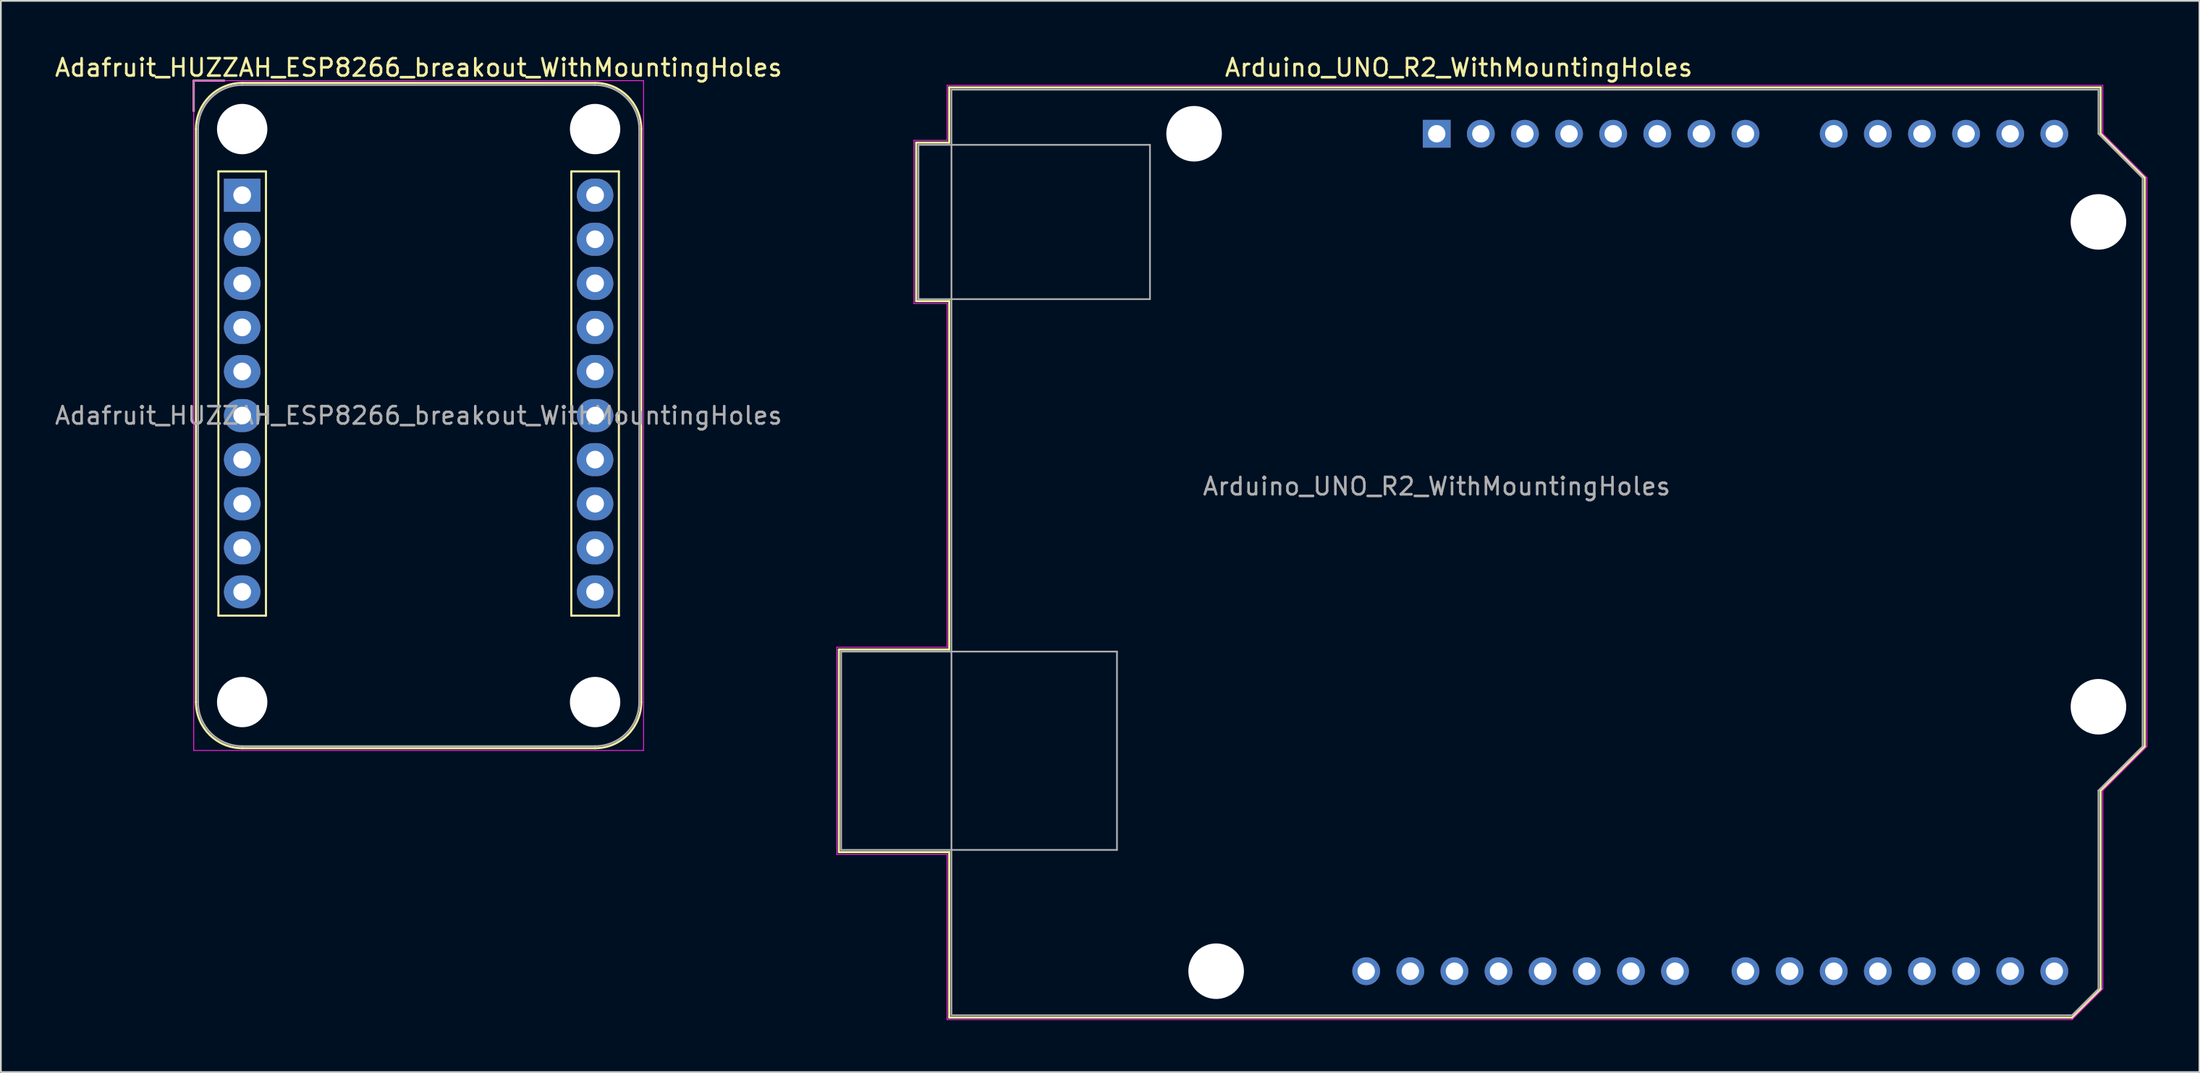
<source format=kicad_pcb>
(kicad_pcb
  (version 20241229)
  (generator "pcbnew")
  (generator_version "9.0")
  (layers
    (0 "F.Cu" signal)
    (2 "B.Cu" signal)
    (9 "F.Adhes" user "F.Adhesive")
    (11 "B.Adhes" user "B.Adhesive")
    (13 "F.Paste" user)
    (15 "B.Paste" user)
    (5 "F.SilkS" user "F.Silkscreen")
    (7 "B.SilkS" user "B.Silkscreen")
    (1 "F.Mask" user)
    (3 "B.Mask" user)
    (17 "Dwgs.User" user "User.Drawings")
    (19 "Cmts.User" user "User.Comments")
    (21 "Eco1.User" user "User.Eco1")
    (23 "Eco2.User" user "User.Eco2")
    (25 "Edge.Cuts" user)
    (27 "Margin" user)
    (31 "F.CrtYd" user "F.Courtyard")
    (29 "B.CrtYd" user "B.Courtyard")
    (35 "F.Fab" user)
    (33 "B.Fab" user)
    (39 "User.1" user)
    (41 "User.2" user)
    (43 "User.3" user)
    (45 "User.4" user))
  (footprint "Arduino_UNO_R2_WithMountingHoles"
    (layer "F.Cu")
    (at 79.672 4.658)
    (property "Reference" "Arduino_UNO_R2_WithMountingHoles" (at 1.27 -3.81 180) (layer "F.SilkS") (effects (font (size 1 1) (thickness 0.15))))
    (attr through_hole)
    (fp_line (start -34.42 29.72) (end -34.42 41.4) (stroke (width 0.12) (type solid)) (layer "F.SilkS"))
    (fp_line (start -34.42 41.4) (end -28.07 41.4) (stroke (width 0.12) (type solid)) (layer "F.SilkS"))
    (fp_line (start -29.97 0.51) (end -29.97 9.65) (stroke (width 0.12) (type solid)) (layer "F.SilkS"))
    (fp_line (start -29.97 9.65) (end -28.07 9.65) (stroke (width 0.12) (type solid)) (layer "F.SilkS"))
    (fp_line (start -28.07 -2.67) (end -28.07 0.51) (stroke (width 0.12) (type solid)) (layer "F.SilkS"))
    (fp_line (start -28.07 0.51) (end -29.97 0.51) (stroke (width 0.12) (type solid)) (layer "F.SilkS"))
    (fp_line (start -28.07 9.65) (end -28.07 29.72) (stroke (width 0.12) (type solid)) (layer "F.SilkS"))
    (fp_line (start -28.07 29.72) (end -34.42 29.72) (stroke (width 0.12) (type solid)) (layer "F.SilkS"))
    (fp_line (start -28.07 41.4) (end -28.07 50.93) (stroke (width 0.12) (type solid)) (layer "F.SilkS"))
    (fp_line (start -28.07 50.93) (end 36.58 50.93) (stroke (width 0.12) (type solid)) (layer "F.SilkS"))
    (fp_line (start 36.58 50.93) (end 38.23 49.28) (stroke (width 0.12) (type solid)) (layer "F.SilkS"))
    (fp_line (start 38.23 -2.67) (end -28.07 -2.67) (stroke (width 0.12) (type solid)) (layer "F.SilkS"))
    (fp_line (start 38.23 0) (end 38.23 -2.67) (stroke (width 0.12) (type solid)) (layer "F.SilkS"))
    (fp_line (start 38.23 37.85) (end 40.77 35.31) (stroke (width 0.12) (type solid)) (layer "F.SilkS"))
    (fp_line (start 38.23 49.28) (end 38.23 37.85) (stroke (width 0.12) (type solid)) (layer "F.SilkS"))
    (fp_line (start 40.77 2.54) (end 38.23 0) (stroke (width 0.12) (type solid)) (layer "F.SilkS"))
    (fp_line (start 40.77 35.31) (end 40.77 2.54) (stroke (width 0.12) (type solid)) (layer "F.SilkS"))
    (fp_line (start -34.54 29.59) (end -28.19 29.59) (stroke (width 0.05) (type solid)) (layer "F.CrtYd"))
    (fp_line (start -34.54 41.53) (end -34.54 29.59) (stroke (width 0.05) (type solid)) (layer "F.CrtYd"))
    (fp_line (start -30.1 0.38) (end -28.19 0.38) (stroke (width 0.05) (type solid)) (layer "F.CrtYd"))
    (fp_line (start -30.1 9.78) (end -30.1 0.38) (stroke (width 0.05) (type solid)) (layer "F.CrtYd"))
    (fp_line (start -28.19 -2.79) (end 38.35 -2.79) (stroke (width 0.05) (type solid)) (layer "F.CrtYd"))
    (fp_line (start -28.19 0.38) (end -28.19 -2.79) (stroke (width 0.05) (type solid)) (layer "F.CrtYd"))
    (fp_line (start -28.19 9.78) (end -30.1 9.78) (stroke (width 0.05) (type solid)) (layer "F.CrtYd"))
    (fp_line (start -28.19 29.59) (end -28.19 9.78) (stroke (width 0.05) (type solid)) (layer "F.CrtYd"))
    (fp_line (start -28.19 41.53) (end -34.54 41.53) (stroke (width 0.05) (type solid)) (layer "F.CrtYd"))
    (fp_line (start -28.19 51.05) (end -28.19 41.53) (stroke (width 0.05) (type solid)) (layer "F.CrtYd"))
    (fp_line (start 36.58 51.05) (end -28.19 51.05) (stroke (width 0.05) (type solid)) (layer "F.CrtYd"))
    (fp_line (start 38.35 -2.79) (end 38.35 0) (stroke (width 0.05) (type solid)) (layer "F.CrtYd"))
    (fp_line (start 38.35 0) (end 40.89 2.54) (stroke (width 0.05) (type solid)) (layer "F.CrtYd"))
    (fp_line (start 38.35 37.85) (end 38.35 49.28) (stroke (width 0.05) (type solid)) (layer "F.CrtYd"))
    (fp_line (start 38.35 49.28) (end 36.58 51.05) (stroke (width 0.05) (type solid)) (layer "F.CrtYd"))
    (fp_line (start 40.89 2.54) (end 40.89 35.31) (stroke (width 0.05) (type solid)) (layer "F.CrtYd"))
    (fp_line (start 40.89 35.31) (end 38.35 37.85) (stroke (width 0.05) (type solid)) (layer "F.CrtYd"))
    (fp_line (start -34.29 29.84) (end -18.41 29.84) (stroke (width 0.1) (type solid)) (layer "F.Fab"))
    (fp_line (start -34.29 41.27) (end -34.29 29.84) (stroke (width 0.1) (type solid)) (layer "F.Fab"))
    (fp_line (start -29.84 0.64) (end -16.51 0.64) (stroke (width 0.1) (type solid)) (layer "F.Fab"))
    (fp_line (start -29.84 9.53) (end -29.84 0.64) (stroke (width 0.1) (type solid)) (layer "F.Fab"))
    (fp_line (start -27.94 -2.54) (end 38.1 -2.54) (stroke (width 0.1) (type solid)) (layer "F.Fab"))
    (fp_line (start -27.94 50.8) (end -27.94 -2.54) (stroke (width 0.1) (type solid)) (layer "F.Fab"))
    (fp_line (start -18.41 29.84) (end -18.41 41.27) (stroke (width 0.1) (type solid)) (layer "F.Fab"))
    (fp_line (start -18.41 41.27) (end -34.29 41.27) (stroke (width 0.1) (type solid)) (layer "F.Fab"))
    (fp_line (start -16.51 0.64) (end -16.51 9.53) (stroke (width 0.1) (type solid)) (layer "F.Fab"))
    (fp_line (start -16.51 9.53) (end -29.84 9.53) (stroke (width 0.1) (type solid)) (layer "F.Fab"))
    (fp_line (start 36.58 50.8) (end -27.94 50.8) (stroke (width 0.1) (type solid)) (layer "F.Fab"))
    (fp_line (start 38.1 -2.54) (end 38.1 0) (stroke (width 0.1) (type solid)) (layer "F.Fab"))
    (fp_line (start 38.1 0) (end 40.64 2.54) (stroke (width 0.1) (type solid)) (layer "F.Fab"))
    (fp_line (start 38.1 37.85) (end 38.1 49.28) (stroke (width 0.1) (type solid)) (layer "F.Fab"))
    (fp_line (start 38.1 49.28) (end 36.58 50.8) (stroke (width 0.1) (type solid)) (layer "F.Fab"))
    (fp_line (start 40.64 2.54) (end 40.64 35.31) (stroke (width 0.1) (type solid)) (layer "F.Fab"))
    (fp_line (start 40.64 35.31) (end 38.1 37.85) (stroke (width 0.1) (type solid)) (layer "F.Fab"))
    (fp_text user "${REFERENCE}" (at 0 20.32 180) (layer "F.Fab") (effects (font (size 1 1) (thickness 0.15))))
    (pad "" np_thru_hole circle (at -13.97 0 90) (size 3.2 3.2) (drill 3.2) (layers "*.Cu" "*.Mask"))
    (pad "" np_thru_hole circle (at -12.7 48.26 90) (size 3.2 3.2) (drill 3.2) (layers "*.Cu" "*.Mask"))
    (pad "" np_thru_hole circle (at 38.1 5.08 90) (size 3.2 3.2) (drill 3.2) (layers "*.Cu" "*.Mask"))
    (pad "" np_thru_hole circle (at 38.1 33.02 90) (size 3.2 3.2) (drill 3.2) (layers "*.Cu" "*.Mask"))
    (pad "1" thru_hole rect (at 0 0 90) (size 1.6 1.6) (drill 1) (layers "*.Cu" "*.Mask"))
    (pad "2" thru_hole oval (at 2.54 0 90) (size 1.6 1.6) (drill 1) (layers "*.Cu" "*.Mask"))
    (pad "3" thru_hole oval (at 5.08 0 90) (size 1.6 1.6) (drill 1) (layers "*.Cu" "*.Mask"))
    (pad "4" thru_hole oval (at 7.62 0 90) (size 1.6 1.6) (drill 1) (layers "*.Cu" "*.Mask"))
    (pad "5" thru_hole oval (at 10.16 0 90) (size 1.6 1.6) (drill 1) (layers "*.Cu" "*.Mask"))
    (pad "6" thru_hole oval (at 12.7 0 90) (size 1.6 1.6) (drill 1) (layers "*.Cu" "*.Mask"))
    (pad "7" thru_hole oval (at 15.24 0 90) (size 1.6 1.6) (drill 1) (layers "*.Cu" "*.Mask"))
    (pad "8" thru_hole oval (at 17.78 0 90) (size 1.6 1.6) (drill 1) (layers "*.Cu" "*.Mask"))
    (pad "9" thru_hole oval (at 22.86 0 90) (size 1.6 1.6) (drill 1) (layers "*.Cu" "*.Mask"))
    (pad "10" thru_hole oval (at 25.4 0 90) (size 1.6 1.6) (drill 1) (layers "*.Cu" "*.Mask"))
    (pad "11" thru_hole oval (at 27.94 0 90) (size 1.6 1.6) (drill 1) (layers "*.Cu" "*.Mask"))
    (pad "12" thru_hole oval (at 30.48 0 90) (size 1.6 1.6) (drill 1) (layers "*.Cu" "*.Mask"))
    (pad "13" thru_hole oval (at 33.02 0 90) (size 1.6 1.6) (drill 1) (layers "*.Cu" "*.Mask"))
    (pad "14" thru_hole oval (at 35.56 0 90) (size 1.6 1.6) (drill 1) (layers "*.Cu" "*.Mask"))
    (pad "15" thru_hole oval (at 35.56 48.26 90) (size 1.6 1.6) (drill 1) (layers "*.Cu" "*.Mask"))
    (pad "16" thru_hole oval (at 33.02 48.26 90) (size 1.6 1.6) (drill 1) (layers "*.Cu" "*.Mask"))
    (pad "17" thru_hole oval (at 30.48 48.26 90) (size 1.6 1.6) (drill 1) (layers "*.Cu" "*.Mask"))
    (pad "18" thru_hole oval (at 27.94 48.26 90) (size 1.6 1.6) (drill 1) (layers "*.Cu" "*.Mask"))
    (pad "19" thru_hole oval (at 25.4 48.26 90) (size 1.6 1.6) (drill 1) (layers "*.Cu" "*.Mask"))
    (pad "20" thru_hole oval (at 22.86 48.26 90) (size 1.6 1.6) (drill 1) (layers "*.Cu" "*.Mask"))
    (pad "21" thru_hole oval (at 20.32 48.26 90) (size 1.6 1.6) (drill 1) (layers "*.Cu" "*.Mask"))
    (pad "22" thru_hole oval (at 17.78 48.26 90) (size 1.6 1.6) (drill 1) (layers "*.Cu" "*.Mask"))
    (pad "23" thru_hole oval (at 13.72 48.26 90) (size 1.6 1.6) (drill 1) (layers "*.Cu" "*.Mask"))
    (pad "24" thru_hole oval (at 11.18 48.26 90) (size 1.6 1.6) (drill 1) (layers "*.Cu" "*.Mask"))
    (pad "25" thru_hole oval (at 8.64 48.26 90) (size 1.6 1.6) (drill 1) (layers "*.Cu" "*.Mask"))
    (pad "26" thru_hole oval (at 6.1 48.26 90) (size 1.6 1.6) (drill 1) (layers "*.Cu" "*.Mask"))
    (pad "27" thru_hole oval (at 3.56 48.26 90) (size 1.6 1.6) (drill 1) (layers "*.Cu" "*.Mask"))
    (pad "28" thru_hole oval (at 1.02 48.26 90) (size 1.6 1.6) (drill 1) (layers "*.Cu" "*.Mask"))
    (pad "29" thru_hole oval (at -1.52 48.26 90) (size 1.6 1.6) (drill 1) (layers "*.Cu" "*.Mask"))
    (pad "30" thru_hole oval (at -4.06 48.26 90) (size 1.6 1.6) (drill 1) (layers "*.Cu" "*.Mask")))
  (footprint "Adafruit_HUZZAH_ESP8266_breakout_WithMountingHoles"
    (layer "F.Cu")
    (at 10.894 8.198)
    (property "Reference" "Adafruit_HUZZAH_ESP8266_breakout_WithMountingHoles" (at 10.16 -7.35 0) (layer "F.SilkS") (effects (font (size 1 1) (thickness 0.15))))
    (attr through_hole)
    (fp_line (start -2.79 -6.6) (end -1.04 -6.6) (stroke (width 0.12) (type solid)) (layer "F.SilkS"))
    (fp_line (start -2.79 -4.85) (end -2.79 -6.6) (stroke (width 0.12) (type solid)) (layer "F.SilkS"))
    (fp_line (start -2.66 -3.81) (end -2.66 29.21) (stroke (width 0.12) (type solid)) (layer "F.SilkS"))
    (fp_line (start -1.37 -1.37) (end -1.37 24.23) (stroke (width 0.12) (type solid)) (layer "F.SilkS"))
    (fp_line (start -1.37 24.23) (end 1.37 24.23) (stroke (width 0.12) (type solid)) (layer "F.SilkS"))
    (fp_line (start 0 -6.47) (end 20.32 -6.47) (stroke (width 0.12) (type solid)) (layer "F.SilkS"))
    (fp_line (start 0 31.87) (end 20.32 31.87) (stroke (width 0.12) (type solid)) (layer "F.SilkS"))
    (fp_line (start 1.37 -1.37) (end -1.37 -1.37) (stroke (width 0.12) (type solid)) (layer "F.SilkS"))
    (fp_line (start 1.37 24.23) (end 1.37 -1.37) (stroke (width 0.12) (type solid)) (layer "F.SilkS"))
    (fp_line (start 18.95 -1.37) (end 18.95 24.23) (stroke (width 0.12) (type solid)) (layer "F.SilkS"))
    (fp_line (start 18.95 24.23) (end 21.69 24.23) (stroke (width 0.12) (type solid)) (layer "F.SilkS"))
    (fp_line (start 21.69 -1.37) (end 18.95 -1.37) (stroke (width 0.12) (type solid)) (layer "F.SilkS"))
    (fp_line (start 21.69 24.23) (end 21.69 -1.37) (stroke (width 0.12) (type solid)) (layer "F.SilkS"))
    (fp_line (start 22.98 -3.81) (end 22.98 29.21) (stroke (width 0.12) (type solid)) (layer "F.SilkS"))
    (fp_arc (start -2.66 -3.81) (mid -1.880904 -5.690904) (end 0 -6.47) (stroke (width 0.12) (type solid)) (layer "F.SilkS"))
    (fp_arc (start 0 31.87) (mid -1.880904 31.090904) (end -2.66 29.21) (stroke (width 0.12) (type solid)) (layer "F.SilkS"))
    (fp_arc (start 20.32 -6.47) (mid 22.200904 -5.690904) (end 22.98 -3.81) (stroke (width 0.12) (type solid)) (layer "F.SilkS"))
    (fp_arc (start 22.98 29.21) (mid 22.200904 31.090904) (end 20.32 31.87) (stroke (width 0.12) (type solid)) (layer "F.SilkS"))
    (fp_line (start -2.79 -6.6) (end -2.79 32) (stroke (width 0.05) (type solid)) (layer "F.CrtYd"))
    (fp_line (start -2.79 32) (end 23.11 32) (stroke (width 0.05) (type solid)) (layer "F.CrtYd"))
    (fp_line (start 23.11 -6.6) (end -2.79 -6.6) (stroke (width 0.05) (type solid)) (layer "F.CrtYd"))
    (fp_line (start 23.11 32) (end 23.11 -6.6) (stroke (width 0.05) (type solid)) (layer "F.CrtYd"))
    (fp_line (start -2.79 -6.6) (end -1.04 -6.6) (stroke (width 0.1) (type solid)) (layer "F.Fab"))
    (fp_line (start -2.79 -4.85) (end -2.79 -6.6) (stroke (width 0.1) (type solid)) (layer "F.Fab"))
    (fp_line (start -2.54 -3.81) (end -2.54 29.21) (stroke (width 0.1) (type solid)) (layer "F.Fab"))
    (fp_line (start 0 -6.35) (end 20.32 -6.35) (stroke (width 0.1) (type solid)) (layer "F.Fab"))
    (fp_line (start 0 31.75) (end 20.32 31.75) (stroke (width 0.1) (type solid)) (layer "F.Fab"))
    (fp_line (start 22.86 -3.81) (end 22.86 29.21) (stroke (width 0.1) (type solid)) (layer "F.Fab"))
    (fp_arc (start -2.54 -3.81) (mid -1.796051 -5.606051) (end 0 -6.35) (stroke (width 0.1) (type solid)) (layer "F.Fab"))
    (fp_arc (start 0 31.75) (mid -1.796051 31.006051) (end -2.54 29.21) (stroke (width 0.1) (type solid)) (layer "F.Fab"))
    (fp_arc (start 20.32 -6.35) (mid 22.116051 -5.606051) (end 22.86 -3.81) (stroke (width 0.1) (type solid)) (layer "F.Fab"))
    (fp_arc (start 22.86 29.21) (mid 22.116051 31.006051) (end 20.32 31.75) (stroke (width 0.1) (type solid)) (layer "F.Fab"))
    (fp_text user "${REFERENCE}" (at 10.16 12.7 0) (layer "F.Fab") (effects (font (size 1 1) (thickness 0.15))))
    (pad "" np_thru_hole circle (at 0 -3.81) (size 2.9 2.9) (drill 2.9) (layers "*.Cu" "*.Mask"))
    (pad "" np_thru_hole circle (at 0 29.21) (size 2.9 2.9) (drill 2.9) (layers "*.Cu" "*.Mask"))
    (pad "" np_thru_hole circle (at 20.32 -3.81) (size 2.9 2.9) (drill 2.9) (layers "*.Cu" "*.Mask"))
    (pad "" np_thru_hole circle (at 20.32 29.21) (size 2.9 2.9) (drill 2.9) (layers "*.Cu" "*.Mask"))
    (pad "1" thru_hole rect (at 0 0) (size 2.1 1.9) (drill 1.02) (layers "*.Cu" "*.Mask"))
    (pad "2" thru_hole oval (at 0 2.54) (size 2.1 1.9) (drill 1.02) (layers "*.Cu" "*.Mask"))
    (pad "3" thru_hole oval (at 0 5.08) (size 2.1 1.9) (drill 1.02) (layers "*.Cu" "*.Mask"))
    (pad "4" thru_hole oval (at 0 7.62) (size 2.1 1.9) (drill 1.02) (layers "*.Cu" "*.Mask"))
    (pad "5" thru_hole oval (at 0 10.16) (size 2.1 1.9) (drill 1.02) (layers "*.Cu" "*.Mask"))
    (pad "6" thru_hole oval (at 0 12.7) (size 2.1 1.9) (drill 1.02) (layers "*.Cu" "*.Mask"))
    (pad "7" thru_hole oval (at 0 15.24) (size 2.1 1.9) (drill 1.02) (layers "*.Cu" "*.Mask"))
    (pad "8" thru_hole oval (at 0 17.78) (size 2.1 1.9) (drill 1.02) (layers "*.Cu" "*.Mask"))
    (pad "9" thru_hole oval (at 0 20.32) (size 2.1 1.9) (drill 1.02) (layers "*.Cu" "*.Mask"))
    (pad "10" thru_hole oval (at 0 22.86) (size 2.1 1.9) (drill 1.02) (layers "*.Cu" "*.Mask"))
    (pad "11" thru_hole oval (at 20.32 22.86) (size 2.1 1.9) (drill 1.02) (layers "*.Cu" "*.Mask"))
    (pad "12" thru_hole oval (at 20.32 20.32) (size 2.1 1.9) (drill 1.02) (layers "*.Cu" "*.Mask"))
    (pad "13" thru_hole oval (at 20.32 17.78) (size 2.1 1.9) (drill 1.02) (layers "*.Cu" "*.Mask"))
    (pad "14" thru_hole oval (at 20.32 15.24) (size 2.1 1.9) (drill 1.02) (layers "*.Cu" "*.Mask"))
    (pad "15" thru_hole oval (at 20.32 12.7) (size 2.1 1.9) (drill 1.02) (layers "*.Cu" "*.Mask"))
    (pad "16" thru_hole oval (at 20.32 10.16) (size 2.1 1.9) (drill 1.02) (layers "*.Cu" "*.Mask"))
    (pad "17" thru_hole oval (at 20.32 7.62) (size 2.1 1.9) (drill 1.02) (layers "*.Cu" "*.Mask"))
    (pad "18" thru_hole oval (at 20.32 5.08) (size 2.1 1.9) (drill 1.02) (layers "*.Cu" "*.Mask"))
    (pad "19" thru_hole oval (at 20.32 2.54) (size 2.1 1.9) (drill 1.02) (layers "*.Cu" "*.Mask"))
    (pad "20" thru_hole oval (at 20.32 0) (size 2.1 1.9) (drill 1.02) (layers "*.Cu" "*.Mask")))
  (gr_rect
    (start -3 -3)
    (end 123.587 58.733)
    (stroke (width 0.1) (type default))
    (fill no)
    (layer "Edge.Cuts")))
</source>
